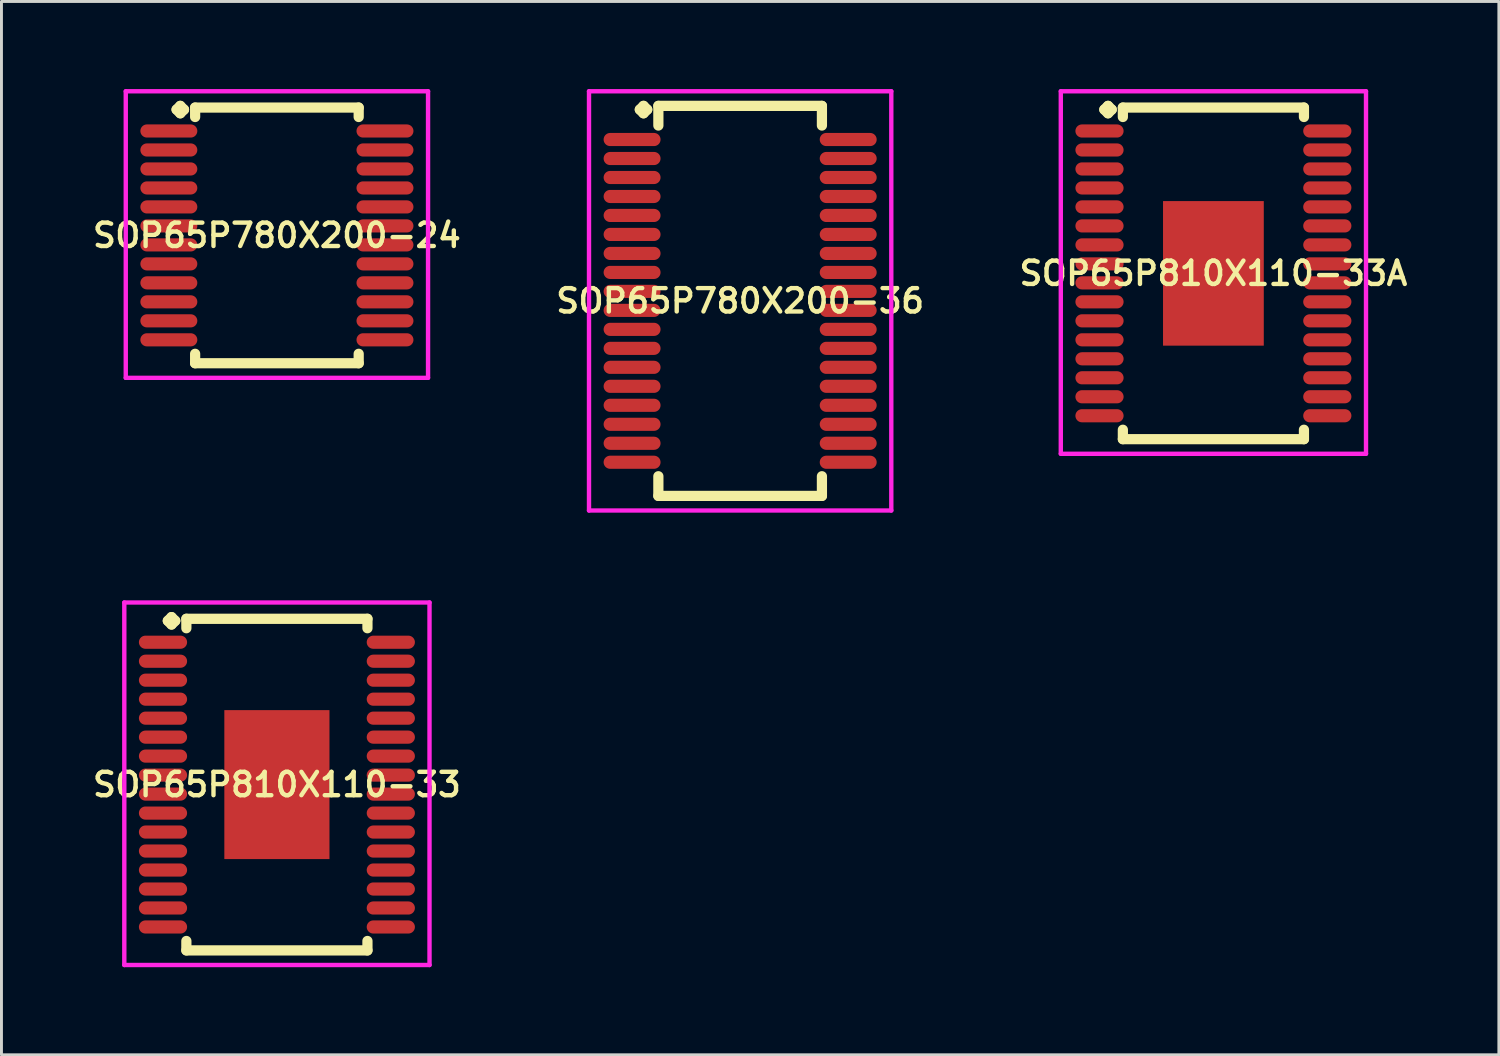
<source format=kicad_pcb>
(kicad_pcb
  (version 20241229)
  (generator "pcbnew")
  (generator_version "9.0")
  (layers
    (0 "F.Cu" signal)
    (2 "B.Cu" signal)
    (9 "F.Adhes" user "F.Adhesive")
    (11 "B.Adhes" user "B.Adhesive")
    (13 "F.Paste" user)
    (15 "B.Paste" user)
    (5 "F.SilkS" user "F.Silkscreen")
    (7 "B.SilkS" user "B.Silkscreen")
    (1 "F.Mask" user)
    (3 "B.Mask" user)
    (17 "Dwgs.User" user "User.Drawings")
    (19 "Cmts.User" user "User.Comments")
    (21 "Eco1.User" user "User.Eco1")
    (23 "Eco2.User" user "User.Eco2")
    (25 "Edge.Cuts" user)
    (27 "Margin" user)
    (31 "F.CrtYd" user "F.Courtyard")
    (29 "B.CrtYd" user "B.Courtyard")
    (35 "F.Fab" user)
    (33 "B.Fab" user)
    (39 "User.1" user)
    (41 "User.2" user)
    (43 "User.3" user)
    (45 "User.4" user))
  (footprint "SOP65P780X200-24"
    (layer "F.Cu")
    (at 6.431 5.01)
    (property "Reference" "SOP65P780X200-24" (at 0 0 0) (layer "F.SilkS") (effects (font (size 0.8 0.8) (thickness 0.15))))
    (attr smd)
    (fp_line (start -3.435 -4.308) (end -3.308 -4.435) (stroke (width 0.35) (type solid)) (layer "F.SilkS"))
    (fp_line (start -3.308 -4.435) (end -3.181 -4.308) (stroke (width 0.35) (type solid)) (layer "F.SilkS"))
    (fp_line (start -3.308 -4.181) (end -3.435 -4.308) (stroke (width 0.35) (type solid)) (layer "F.SilkS"))
    (fp_line (start -3.181 -4.308) (end -3.308 -4.181) (stroke (width 0.35) (type solid)) (layer "F.SilkS"))
    (fp_line (start -2.8 -4.377) (end 2.8 -4.377) (stroke (width 0.35) (type solid)) (layer "F.SilkS"))
    (fp_line (start -2.8 -4.054) (end -2.8 -4.377) (stroke (width 0.35) (type solid)) (layer "F.SilkS"))
    (fp_line (start -2.8 4.054) (end -2.8 4.377) (stroke (width 0.35) (type solid)) (layer "F.SilkS"))
    (fp_line (start -2.8 4.377) (end 2.8 4.377) (stroke (width 0.35) (type solid)) (layer "F.SilkS"))
    (fp_line (start 2.8 -4.377) (end 2.8 -4.054) (stroke (width 0.35) (type solid)) (layer "F.SilkS"))
    (fp_line (start 2.8 4.377) (end 2.8 4.054) (stroke (width 0.35) (type solid)) (layer "F.SilkS"))
    (fp_line (start -5.175 -4.935) (end 5.175 -4.935) (stroke (width 0.15) (type solid)) (layer "F.CrtYd"))
    (fp_line (start -5.175 4.877) (end -5.175 -4.935) (stroke (width 0.15) (type solid)) (layer "F.CrtYd"))
    (fp_line (start 5.175 -4.935) (end 5.175 4.877) (stroke (width 0.15) (type solid)) (layer "F.CrtYd"))
    (fp_line (start 5.175 4.877) (end -5.175 4.877) (stroke (width 0.15) (type solid)) (layer "F.CrtYd"))
    (pad "1" smd oval (at -3.7 -3.575) (size 1.95 0.45) (layers "F.Cu" "F.Mask" "F.Paste"))
    (pad "2" smd oval (at -3.7 -2.925) (size 1.95 0.45) (layers "F.Cu" "F.Mask" "F.Paste"))
    (pad "3" smd oval (at -3.7 -2.275) (size 1.95 0.45) (layers "F.Cu" "F.Mask" "F.Paste"))
    (pad "4" smd oval (at -3.7 -1.625) (size 1.95 0.45) (layers "F.Cu" "F.Mask" "F.Paste"))
    (pad "5" smd oval (at -3.7 -0.975) (size 1.95 0.45) (layers "F.Cu" "F.Mask" "F.Paste"))
    (pad "6" smd oval (at -3.7 -0.325) (size 1.95 0.45) (layers "F.Cu" "F.Mask" "F.Paste"))
    (pad "7" smd oval (at -3.7 0.325) (size 1.95 0.45) (layers "F.Cu" "F.Mask" "F.Paste"))
    (pad "8" smd oval (at -3.7 0.975) (size 1.95 0.45) (layers "F.Cu" "F.Mask" "F.Paste"))
    (pad "9" smd oval (at -3.7 1.625) (size 1.95 0.45) (layers "F.Cu" "F.Mask" "F.Paste"))
    (pad "10" smd oval (at -3.7 2.275) (size 1.95 0.45) (layers "F.Cu" "F.Mask" "F.Paste"))
    (pad "11" smd oval (at -3.7 2.925) (size 1.95 0.45) (layers "F.Cu" "F.Mask" "F.Paste"))
    (pad "12" smd oval (at -3.7 3.575) (size 1.95 0.45) (layers "F.Cu" "F.Mask" "F.Paste"))
    (pad "13" smd oval (at 3.7 3.575) (size 1.95 0.45) (layers "F.Cu" "F.Mask" "F.Paste"))
    (pad "14" smd oval (at 3.7 2.925) (size 1.95 0.45) (layers "F.Cu" "F.Mask" "F.Paste"))
    (pad "15" smd oval (at 3.7 2.275) (size 1.95 0.45) (layers "F.Cu" "F.Mask" "F.Paste"))
    (pad "16" smd oval (at 3.7 1.625) (size 1.95 0.45) (layers "F.Cu" "F.Mask" "F.Paste"))
    (pad "17" smd oval (at 3.7 0.975) (size 1.95 0.45) (layers "F.Cu" "F.Mask" "F.Paste"))
    (pad "18" smd oval (at 3.7 0.325) (size 1.95 0.45) (layers "F.Cu" "F.Mask" "F.Paste"))
    (pad "19" smd oval (at 3.7 -0.325) (size 1.95 0.45) (layers "F.Cu" "F.Mask" "F.Paste"))
    (pad "20" smd oval (at 3.7 -0.975) (size 1.95 0.45) (layers "F.Cu" "F.Mask" "F.Paste"))
    (pad "21" smd oval (at 3.7 -1.625) (size 1.95 0.45) (layers "F.Cu" "F.Mask" "F.Paste"))
    (pad "22" smd oval (at 3.7 -2.275) (size 1.95 0.45) (layers "F.Cu" "F.Mask" "F.Paste"))
    (pad "23" smd oval (at 3.7 -2.925) (size 1.95 0.45) (layers "F.Cu" "F.Mask" "F.Paste"))
    (pad "24" smd oval (at 3.7 -3.575) (size 1.95 0.45) (layers "F.Cu" "F.Mask" "F.Paste")))
  (footprint "SOP65P810X110-33A"
    (layer "F.Cu")
    (at 38.496 6.31)
    (property "Reference" "SOP65P810X110-33A" (at 0 0 0) (layer "F.SilkS") (effects (font (size 0.8 0.8) (thickness 0.15))))
    (attr smd)
    (fp_line (start -3.735 -5.608) (end -3.608 -5.735) (stroke (width 0.35) (type solid)) (layer "F.SilkS"))
    (fp_line (start -3.608 -5.735) (end -3.481 -5.608) (stroke (width 0.35) (type solid)) (layer "F.SilkS"))
    (fp_line (start -3.608 -5.481) (end -3.735 -5.608) (stroke (width 0.35) (type solid)) (layer "F.SilkS"))
    (fp_line (start -3.481 -5.608) (end -3.608 -5.481) (stroke (width 0.35) (type solid)) (layer "F.SilkS"))
    (fp_line (start -3.1 -5.677) (end 3.1 -5.677) (stroke (width 0.35) (type solid)) (layer "F.SilkS"))
    (fp_line (start -3.1 -5.354) (end -3.1 -5.677) (stroke (width 0.35) (type solid)) (layer "F.SilkS"))
    (fp_line (start -3.1 5.354) (end -3.1 5.677) (stroke (width 0.35) (type solid)) (layer "F.SilkS"))
    (fp_line (start -3.1 5.677) (end 3.1 5.677) (stroke (width 0.35) (type solid)) (layer "F.SilkS"))
    (fp_line (start 3.1 -5.677) (end 3.1 -5.354) (stroke (width 0.35) (type solid)) (layer "F.SilkS"))
    (fp_line (start 3.1 5.677) (end 3.1 5.354) (stroke (width 0.35) (type solid)) (layer "F.SilkS"))
    (fp_line (start -5.225 -6.235) (end 5.225 -6.235) (stroke (width 0.15) (type solid)) (layer "F.CrtYd"))
    (fp_line (start -5.225 6.177) (end -5.225 -6.235) (stroke (width 0.15) (type solid)) (layer "F.CrtYd"))
    (fp_line (start 5.225 -6.235) (end 5.225 6.177) (stroke (width 0.15) (type solid)) (layer "F.CrtYd"))
    (fp_line (start 5.225 6.177) (end -5.225 6.177) (stroke (width 0.15) (type solid)) (layer "F.CrtYd"))
    (pad "1" smd oval (at -3.9 -4.875) (size 1.65 0.45) (layers "F.Cu" "F.Mask" "F.Paste"))
    (pad "2" smd oval (at -3.9 -4.225) (size 1.65 0.45) (layers "F.Cu" "F.Mask" "F.Paste"))
    (pad "3" smd oval (at -3.9 -3.575) (size 1.65 0.45) (layers "F.Cu" "F.Mask" "F.Paste"))
    (pad "4" smd oval (at -3.9 -2.925) (size 1.65 0.45) (layers "F.Cu" "F.Mask" "F.Paste"))
    (pad "5" smd oval (at -3.9 -2.275) (size 1.65 0.45) (layers "F.Cu" "F.Mask" "F.Paste"))
    (pad "6" smd oval (at -3.9 -1.625) (size 1.65 0.45) (layers "F.Cu" "F.Mask" "F.Paste"))
    (pad "7" smd oval (at -3.9 -0.975) (size 1.65 0.45) (layers "F.Cu" "F.Mask" "F.Paste"))
    (pad "8" smd oval (at -3.9 -0.325) (size 1.65 0.45) (layers "F.Cu" "F.Mask" "F.Paste"))
    (pad "9" smd oval (at -3.9 0.325) (size 1.65 0.45) (layers "F.Cu" "F.Mask" "F.Paste"))
    (pad "10" smd oval (at -3.9 0.975) (size 1.65 0.45) (layers "F.Cu" "F.Mask" "F.Paste"))
    (pad "11" smd oval (at -3.9 1.625) (size 1.65 0.45) (layers "F.Cu" "F.Mask" "F.Paste"))
    (pad "12" smd oval (at -3.9 2.275) (size 1.65 0.45) (layers "F.Cu" "F.Mask" "F.Paste"))
    (pad "13" smd oval (at -3.9 2.925) (size 1.65 0.45) (layers "F.Cu" "F.Mask" "F.Paste"))
    (pad "14" smd oval (at -3.9 3.575) (size 1.65 0.45) (layers "F.Cu" "F.Mask" "F.Paste"))
    (pad "15" smd oval (at -3.9 4.225) (size 1.65 0.45) (layers "F.Cu" "F.Mask" "F.Paste"))
    (pad "16" smd oval (at -3.9 4.875) (size 1.65 0.45) (layers "F.Cu" "F.Mask" "F.Paste"))
    (pad "17" smd oval (at 3.9 4.875) (size 1.65 0.45) (layers "F.Cu" "F.Mask" "F.Paste"))
    (pad "18" smd oval (at 3.9 4.225) (size 1.65 0.45) (layers "F.Cu" "F.Mask" "F.Paste"))
    (pad "19" smd oval (at 3.9 3.575) (size 1.65 0.45) (layers "F.Cu" "F.Mask" "F.Paste"))
    (pad "20" smd oval (at 3.9 2.925) (size 1.65 0.45) (layers "F.Cu" "F.Mask" "F.Paste"))
    (pad "21" smd oval (at 3.9 2.275) (size 1.65 0.45) (layers "F.Cu" "F.Mask" "F.Paste"))
    (pad "22" smd oval (at 3.9 1.625) (size 1.65 0.45) (layers "F.Cu" "F.Mask" "F.Paste"))
    (pad "23" smd oval (at 3.9 0.975) (size 1.65 0.45) (layers "F.Cu" "F.Mask" "F.Paste"))
    (pad "24" smd oval (at 3.9 0.325) (size 1.65 0.45) (layers "F.Cu" "F.Mask" "F.Paste"))
    (pad "25" smd oval (at 3.9 -0.325) (size 1.65 0.45) (layers "F.Cu" "F.Mask" "F.Paste"))
    (pad "26" smd oval (at 3.9 -0.975) (size 1.65 0.45) (layers "F.Cu" "F.Mask" "F.Paste"))
    (pad "27" smd oval (at 3.9 -1.625) (size 1.65 0.45) (layers "F.Cu" "F.Mask" "F.Paste"))
    (pad "28" smd oval (at 3.9 -2.275) (size 1.65 0.45) (layers "F.Cu" "F.Mask" "F.Paste"))
    (pad "29" smd oval (at 3.9 -2.925) (size 1.65 0.45) (layers "F.Cu" "F.Mask" "F.Paste"))
    (pad "30" smd oval (at 3.9 -3.575) (size 1.65 0.45) (layers "F.Cu" "F.Mask" "F.Paste"))
    (pad "31" smd oval (at 3.9 -4.225) (size 1.65 0.45) (layers "F.Cu" "F.Mask" "F.Paste"))
    (pad "32" smd oval (at 3.9 -4.875) (size 1.65 0.45) (layers "F.Cu" "F.Mask" "F.Paste"))
    (pad "33" smd rect (at 0 0) (size 3.45 4.95) (layers "F.Cu" "F.Mask" "F.Paste")))
  (footprint "SOP65P780X200-36"
    (layer "F.Cu")
    (at 22.292 7.252)
    (property "Reference" "SOP65P780X200-36" (at 0 0 0) (layer "F.SilkS") (effects (font (size 0.8 0.8) (thickness 0.15))))
    (attr smd)
    (fp_line (start -3.435 -6.55) (end -3.308 -6.677) (stroke (width 0.35) (type solid)) (layer "F.SilkS"))
    (fp_line (start -3.308 -6.677) (end -3.181 -6.55) (stroke (width 0.35) (type solid)) (layer "F.SilkS"))
    (fp_line (start -3.308 -6.423) (end -3.435 -6.55) (stroke (width 0.35) (type solid)) (layer "F.SilkS"))
    (fp_line (start -3.181 -6.55) (end -3.308 -6.423) (stroke (width 0.35) (type solid)) (layer "F.SilkS"))
    (fp_line (start -2.8 -6.677) (end 2.8 -6.677) (stroke (width 0.35) (type solid)) (layer "F.SilkS"))
    (fp_line (start -2.8 -6.004) (end -2.8 -6.677) (stroke (width 0.35) (type solid)) (layer "F.SilkS"))
    (fp_line (start -2.8 6.004) (end -2.8 6.677) (stroke (width 0.35) (type solid)) (layer "F.SilkS"))
    (fp_line (start -2.8 6.677) (end 2.8 6.677) (stroke (width 0.35) (type solid)) (layer "F.SilkS"))
    (fp_line (start 2.8 -6.677) (end 2.8 -6.004) (stroke (width 0.35) (type solid)) (layer "F.SilkS"))
    (fp_line (start 2.8 6.677) (end 2.8 6.004) (stroke (width 0.35) (type solid)) (layer "F.SilkS"))
    (fp_line (start -5.175 -7.177) (end 5.175 -7.177) (stroke (width 0.15) (type solid)) (layer "F.CrtYd"))
    (fp_line (start -5.175 7.177) (end -5.175 -7.177) (stroke (width 0.15) (type solid)) (layer "F.CrtYd"))
    (fp_line (start 5.175 -7.177) (end 5.175 7.177) (stroke (width 0.15) (type solid)) (layer "F.CrtYd"))
    (fp_line (start 5.175 7.177) (end -5.175 7.177) (stroke (width 0.15) (type solid)) (layer "F.CrtYd"))
    (pad "1" smd oval (at -3.7 -5.525) (size 1.95 0.45) (layers "F.Cu" "F.Mask" "F.Paste"))
    (pad "2" smd oval (at -3.7 -4.875) (size 1.95 0.45) (layers "F.Cu" "F.Mask" "F.Paste"))
    (pad "3" smd oval (at -3.7 -4.225) (size 1.95 0.45) (layers "F.Cu" "F.Mask" "F.Paste"))
    (pad "4" smd oval (at -3.7 -3.575) (size 1.95 0.45) (layers "F.Cu" "F.Mask" "F.Paste"))
    (pad "5" smd oval (at -3.7 -2.925) (size 1.95 0.45) (layers "F.Cu" "F.Mask" "F.Paste"))
    (pad "6" smd oval (at -3.7 -2.275) (size 1.95 0.45) (layers "F.Cu" "F.Mask" "F.Paste"))
    (pad "7" smd oval (at -3.7 -1.625) (size 1.95 0.45) (layers "F.Cu" "F.Mask" "F.Paste"))
    (pad "8" smd oval (at -3.7 -0.975) (size 1.95 0.45) (layers "F.Cu" "F.Mask" "F.Paste"))
    (pad "9" smd oval (at -3.7 -0.325) (size 1.95 0.45) (layers "F.Cu" "F.Mask" "F.Paste"))
    (pad "10" smd oval (at -3.7 0.325) (size 1.95 0.45) (layers "F.Cu" "F.Mask" "F.Paste"))
    (pad "11" smd oval (at -3.7 0.975) (size 1.95 0.45) (layers "F.Cu" "F.Mask" "F.Paste"))
    (pad "12" smd oval (at -3.7 1.625) (size 1.95 0.45) (layers "F.Cu" "F.Mask" "F.Paste"))
    (pad "13" smd oval (at -3.7 2.275) (size 1.95 0.45) (layers "F.Cu" "F.Mask" "F.Paste"))
    (pad "14" smd oval (at -3.7 2.925) (size 1.95 0.45) (layers "F.Cu" "F.Mask" "F.Paste"))
    (pad "15" smd oval (at -3.7 3.575) (size 1.95 0.45) (layers "F.Cu" "F.Mask" "F.Paste"))
    (pad "16" smd oval (at -3.7 4.225) (size 1.95 0.45) (layers "F.Cu" "F.Mask" "F.Paste"))
    (pad "17" smd oval (at -3.7 4.875) (size 1.95 0.45) (layers "F.Cu" "F.Mask" "F.Paste"))
    (pad "18" smd oval (at -3.7 5.525) (size 1.95 0.45) (layers "F.Cu" "F.Mask" "F.Paste"))
    (pad "19" smd oval (at 3.7 5.525) (size 1.95 0.45) (layers "F.Cu" "F.Mask" "F.Paste"))
    (pad "20" smd oval (at 3.7 4.875) (size 1.95 0.45) (layers "F.Cu" "F.Mask" "F.Paste"))
    (pad "21" smd oval (at 3.7 4.225) (size 1.95 0.45) (layers "F.Cu" "F.Mask" "F.Paste"))
    (pad "22" smd oval (at 3.7 3.575) (size 1.95 0.45) (layers "F.Cu" "F.Mask" "F.Paste"))
    (pad "23" smd oval (at 3.7 2.925) (size 1.95 0.45) (layers "F.Cu" "F.Mask" "F.Paste"))
    (pad "24" smd oval (at 3.7 2.275) (size 1.95 0.45) (layers "F.Cu" "F.Mask" "F.Paste"))
    (pad "25" smd oval (at 3.7 1.625) (size 1.95 0.45) (layers "F.Cu" "F.Mask" "F.Paste"))
    (pad "26" smd oval (at 3.7 0.975) (size 1.95 0.45) (layers "F.Cu" "F.Mask" "F.Paste"))
    (pad "27" smd oval (at 3.7 0.325) (size 1.95 0.45) (layers "F.Cu" "F.Mask" "F.Paste"))
    (pad "28" smd oval (at 3.7 -0.325) (size 1.95 0.45) (layers "F.Cu" "F.Mask" "F.Paste"))
    (pad "29" smd oval (at 3.7 -0.975) (size 1.95 0.45) (layers "F.Cu" "F.Mask" "F.Paste"))
    (pad "30" smd oval (at 3.7 -1.625) (size 1.95 0.45) (layers "F.Cu" "F.Mask" "F.Paste"))
    (pad "31" smd oval (at 3.7 -2.275) (size 1.95 0.45) (layers "F.Cu" "F.Mask" "F.Paste"))
    (pad "32" smd oval (at 3.7 -2.925) (size 1.95 0.45) (layers "F.Cu" "F.Mask" "F.Paste"))
    (pad "33" smd oval (at 3.7 -3.575) (size 1.95 0.45) (layers "F.Cu" "F.Mask" "F.Paste"))
    (pad "34" smd oval (at 3.7 -4.225) (size 1.95 0.45) (layers "F.Cu" "F.Mask" "F.Paste"))
    (pad "35" smd oval (at 3.7 -4.875) (size 1.95 0.45) (layers "F.Cu" "F.Mask" "F.Paste"))
    (pad "36" smd oval (at 3.7 -5.525) (size 1.95 0.45) (layers "F.Cu" "F.Mask" "F.Paste")))
  (footprint "SOP65P810X110-33"
    (layer "F.Cu")
    (at 6.431 23.814)
    (property "Reference" "SOP65P810X110-33" (at 0 0 0) (layer "F.SilkS") (effects (font (size 0.8 0.8) (thickness 0.15))))
    (attr smd)
    (fp_line (start -3.735 -5.608) (end -3.608 -5.735) (stroke (width 0.35) (type solid)) (layer "F.SilkS"))
    (fp_line (start -3.608 -5.735) (end -3.481 -5.608) (stroke (width 0.35) (type solid)) (layer "F.SilkS"))
    (fp_line (start -3.608 -5.481) (end -3.735 -5.608) (stroke (width 0.35) (type solid)) (layer "F.SilkS"))
    (fp_line (start -3.481 -5.608) (end -3.608 -5.481) (stroke (width 0.35) (type solid)) (layer "F.SilkS"))
    (fp_line (start -3.1 -5.677) (end 3.1 -5.677) (stroke (width 0.35) (type solid)) (layer "F.SilkS"))
    (fp_line (start -3.1 -5.354) (end -3.1 -5.677) (stroke (width 0.35) (type solid)) (layer "F.SilkS"))
    (fp_line (start -3.1 5.354) (end -3.1 5.677) (stroke (width 0.35) (type solid)) (layer "F.SilkS"))
    (fp_line (start -3.1 5.677) (end 3.1 5.677) (stroke (width 0.35) (type solid)) (layer "F.SilkS"))
    (fp_line (start 3.1 -5.677) (end 3.1 -5.354) (stroke (width 0.35) (type solid)) (layer "F.SilkS"))
    (fp_line (start 3.1 5.677) (end 3.1 5.354) (stroke (width 0.35) (type solid)) (layer "F.SilkS"))
    (fp_line (start -5.225 -6.235) (end 5.225 -6.235) (stroke (width 0.15) (type solid)) (layer "F.CrtYd"))
    (fp_line (start -5.225 6.177) (end -5.225 -6.235) (stroke (width 0.15) (type solid)) (layer "F.CrtYd"))
    (fp_line (start 5.225 -6.235) (end 5.225 6.177) (stroke (width 0.15) (type solid)) (layer "F.CrtYd"))
    (fp_line (start 5.225 6.177) (end -5.225 6.177) (stroke (width 0.15) (type solid)) (layer "F.CrtYd"))
    (pad "1" smd oval (at -3.9 -4.875) (size 1.65 0.45) (layers "F.Cu" "F.Mask" "F.Paste"))
    (pad "2" smd oval (at -3.9 -4.225) (size 1.65 0.45) (layers "F.Cu" "F.Mask" "F.Paste"))
    (pad "3" smd oval (at -3.9 -3.575) (size 1.65 0.45) (layers "F.Cu" "F.Mask" "F.Paste"))
    (pad "4" smd oval (at -3.9 -2.925) (size 1.65 0.45) (layers "F.Cu" "F.Mask" "F.Paste"))
    (pad "5" smd oval (at -3.9 -2.275) (size 1.65 0.45) (layers "F.Cu" "F.Mask" "F.Paste"))
    (pad "6" smd oval (at -3.9 -1.625) (size 1.65 0.45) (layers "F.Cu" "F.Mask" "F.Paste"))
    (pad "7" smd oval (at -3.9 -0.975) (size 1.65 0.45) (layers "F.Cu" "F.Mask" "F.Paste"))
    (pad "8" smd oval (at -3.9 -0.325) (size 1.65 0.45) (layers "F.Cu" "F.Mask" "F.Paste"))
    (pad "9" smd oval (at -3.9 0.325) (size 1.65 0.45) (layers "F.Cu" "F.Mask" "F.Paste"))
    (pad "10" smd oval (at -3.9 0.975) (size 1.65 0.45) (layers "F.Cu" "F.Mask" "F.Paste"))
    (pad "11" smd oval (at -3.9 1.625) (size 1.65 0.45) (layers "F.Cu" "F.Mask" "F.Paste"))
    (pad "12" smd oval (at -3.9 2.275) (size 1.65 0.45) (layers "F.Cu" "F.Mask" "F.Paste"))
    (pad "13" smd oval (at -3.9 2.925) (size 1.65 0.45) (layers "F.Cu" "F.Mask" "F.Paste"))
    (pad "14" smd oval (at -3.9 3.575) (size 1.65 0.45) (layers "F.Cu" "F.Mask" "F.Paste"))
    (pad "15" smd oval (at -3.9 4.225) (size 1.65 0.45) (layers "F.Cu" "F.Mask" "F.Paste"))
    (pad "16" smd oval (at -3.9 4.875) (size 1.65 0.45) (layers "F.Cu" "F.Mask" "F.Paste"))
    (pad "17" smd oval (at 3.9 4.875) (size 1.65 0.45) (layers "F.Cu" "F.Mask" "F.Paste"))
    (pad "18" smd oval (at 3.9 4.225) (size 1.65 0.45) (layers "F.Cu" "F.Mask" "F.Paste"))
    (pad "19" smd oval (at 3.9 3.575) (size 1.65 0.45) (layers "F.Cu" "F.Mask" "F.Paste"))
    (pad "20" smd oval (at 3.9 2.925) (size 1.65 0.45) (layers "F.Cu" "F.Mask" "F.Paste"))
    (pad "21" smd oval (at 3.9 2.275) (size 1.65 0.45) (layers "F.Cu" "F.Mask" "F.Paste"))
    (pad "22" smd oval (at 3.9 1.625) (size 1.65 0.45) (layers "F.Cu" "F.Mask" "F.Paste"))
    (pad "23" smd oval (at 3.9 0.975) (size 1.65 0.45) (layers "F.Cu" "F.Mask" "F.Paste"))
    (pad "24" smd oval (at 3.9 0.325) (size 1.65 0.45) (layers "F.Cu" "F.Mask" "F.Paste"))
    (pad "25" smd oval (at 3.9 -0.325) (size 1.65 0.45) (layers "F.Cu" "F.Mask" "F.Paste"))
    (pad "26" smd oval (at 3.9 -0.975) (size 1.65 0.45) (layers "F.Cu" "F.Mask" "F.Paste"))
    (pad "27" smd oval (at 3.9 -1.625) (size 1.65 0.45) (layers "F.Cu" "F.Mask" "F.Paste"))
    (pad "28" smd oval (at 3.9 -2.275) (size 1.65 0.45) (layers "F.Cu" "F.Mask" "F.Paste"))
    (pad "29" smd oval (at 3.9 -2.925) (size 1.65 0.45) (layers "F.Cu" "F.Mask" "F.Paste"))
    (pad "30" smd oval (at 3.9 -3.575) (size 1.65 0.45) (layers "F.Cu" "F.Mask" "F.Paste"))
    (pad "31" smd oval (at 3.9 -4.225) (size 1.65 0.45) (layers "F.Cu" "F.Mask" "F.Paste"))
    (pad "32" smd oval (at 3.9 -4.875) (size 1.65 0.45) (layers "F.Cu" "F.Mask" "F.Paste"))
    (pad "33" smd rect (at 0 0) (size 3.6 5.1) (layers "F.Cu" "F.Mask" "F.Paste")))
  (gr_rect
    (start -3 -3)
    (end 48.27 33.066)
    (stroke (width 0.1) (type default))
    (fill no)
    (layer "Edge.Cuts")))
</source>
